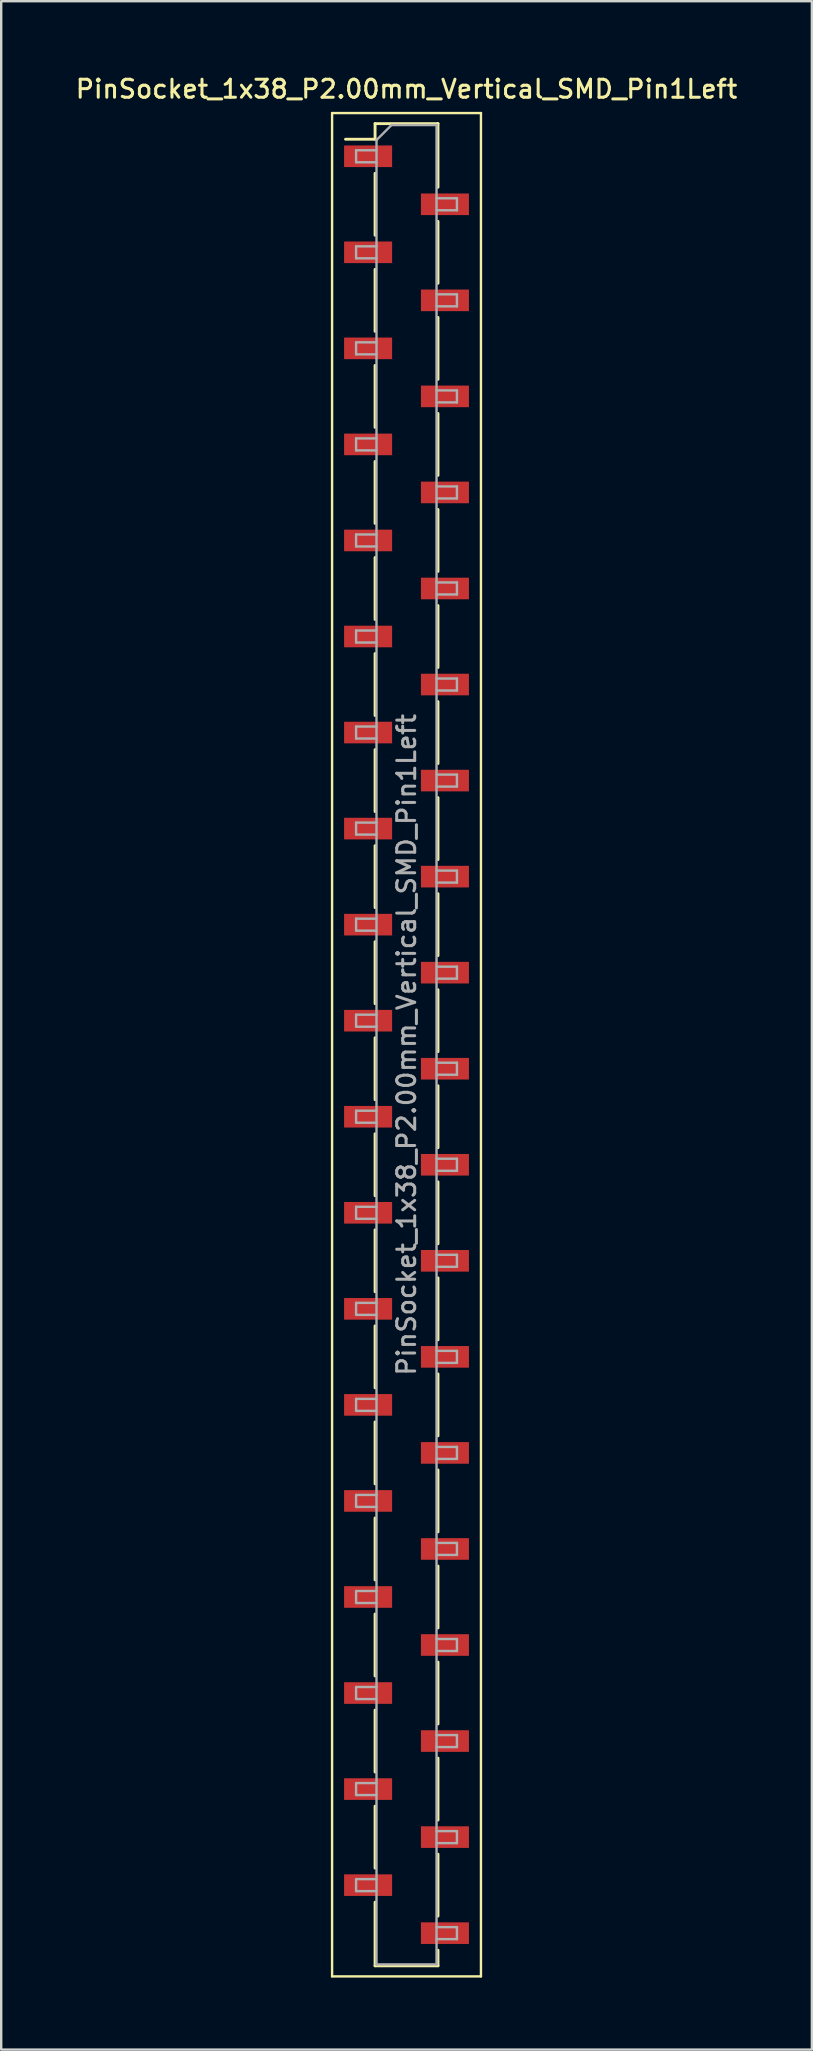
<source format=kicad_pcb>
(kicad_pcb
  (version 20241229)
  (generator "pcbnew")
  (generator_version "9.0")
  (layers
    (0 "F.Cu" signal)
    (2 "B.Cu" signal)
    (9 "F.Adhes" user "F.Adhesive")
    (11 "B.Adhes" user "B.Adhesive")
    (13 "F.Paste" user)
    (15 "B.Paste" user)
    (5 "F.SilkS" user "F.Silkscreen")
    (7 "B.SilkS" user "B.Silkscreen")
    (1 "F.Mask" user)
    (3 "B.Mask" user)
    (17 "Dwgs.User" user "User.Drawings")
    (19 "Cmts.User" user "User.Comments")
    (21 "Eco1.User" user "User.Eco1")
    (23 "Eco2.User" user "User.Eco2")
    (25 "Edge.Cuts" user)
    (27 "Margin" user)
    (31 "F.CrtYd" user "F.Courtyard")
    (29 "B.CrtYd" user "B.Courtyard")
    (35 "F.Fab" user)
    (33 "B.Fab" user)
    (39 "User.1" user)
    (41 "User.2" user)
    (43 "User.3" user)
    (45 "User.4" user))
  (footprint "PinSocket_1x38_P2.00mm_Vertical_SMD_Pin1Left"
    (layer "F.Cu")
    (at 13.88 40.458)
    (property "Reference" "PinSocket_1x38_P2.00mm_Vertical_SMD_Pin1Left" (at 0 -39.8 0) (layer "F.SilkS") (effects (font (size 0.75 0.75) (thickness 0.125))))
    (attr smd)
    (fp_line (start -3.1 -38.8) (end 3.1 -38.8) (stroke (width 0.1) (type solid)) (layer "F.SilkS"))
    (fp_line (start -3.1 38.8) (end -3.1 -38.8) (stroke (width 0.1) (type solid)) (layer "F.SilkS"))
    (fp_line (start -2.54 -37.71) (end -1.31 -37.71) (stroke (width 0.12) (type solid)) (layer "F.SilkS"))
    (fp_line (start -1.31 -38.36) (end -1.31 -37.71) (stroke (width 0.12) (type solid)) (layer "F.SilkS"))
    (fp_line (start -1.31 -38.36) (end 1.31 -38.36) (stroke (width 0.12) (type solid)) (layer "F.SilkS"))
    (fp_line (start -1.31 -36.29) (end -1.31 -33.71) (stroke (width 0.12) (type solid)) (layer "F.SilkS"))
    (fp_line (start -1.31 -32.29) (end -1.31 -29.71) (stroke (width 0.12) (type solid)) (layer "F.SilkS"))
    (fp_line (start -1.31 -28.29) (end -1.31 -25.71) (stroke (width 0.12) (type solid)) (layer "F.SilkS"))
    (fp_line (start -1.31 -24.29) (end -1.31 -21.71) (stroke (width 0.12) (type solid)) (layer "F.SilkS"))
    (fp_line (start -1.31 -20.29) (end -1.31 -17.71) (stroke (width 0.12) (type solid)) (layer "F.SilkS"))
    (fp_line (start -1.31 -16.29) (end -1.31 -13.71) (stroke (width 0.12) (type solid)) (layer "F.SilkS"))
    (fp_line (start -1.31 -12.29) (end -1.31 -9.71) (stroke (width 0.12) (type solid)) (layer "F.SilkS"))
    (fp_line (start -1.31 -8.29) (end -1.31 -5.71) (stroke (width 0.12) (type solid)) (layer "F.SilkS"))
    (fp_line (start -1.31 -4.29) (end -1.31 -1.71) (stroke (width 0.12) (type solid)) (layer "F.SilkS"))
    (fp_line (start -1.31 -0.29) (end -1.31 2.29) (stroke (width 0.12) (type solid)) (layer "F.SilkS"))
    (fp_line (start -1.31 3.71) (end -1.31 6.29) (stroke (width 0.12) (type solid)) (layer "F.SilkS"))
    (fp_line (start -1.31 7.71) (end -1.31 10.29) (stroke (width 0.12) (type solid)) (layer "F.SilkS"))
    (fp_line (start -1.31 11.71) (end -1.31 14.29) (stroke (width 0.12) (type solid)) (layer "F.SilkS"))
    (fp_line (start -1.31 15.71) (end -1.31 18.29) (stroke (width 0.12) (type solid)) (layer "F.SilkS"))
    (fp_line (start -1.31 19.71) (end -1.31 22.29) (stroke (width 0.12) (type solid)) (layer "F.SilkS"))
    (fp_line (start -1.31 23.71) (end -1.31 26.29) (stroke (width 0.12) (type solid)) (layer "F.SilkS"))
    (fp_line (start -1.31 27.71) (end -1.31 30.29) (stroke (width 0.12) (type solid)) (layer "F.SilkS"))
    (fp_line (start -1.31 31.71) (end -1.31 34.29) (stroke (width 0.12) (type solid)) (layer "F.SilkS"))
    (fp_line (start -1.31 35.71) (end -1.31 38.36) (stroke (width 0.12) (type solid)) (layer "F.SilkS"))
    (fp_line (start -1.31 38.36) (end 1.31 38.36) (stroke (width 0.12) (type solid)) (layer "F.SilkS"))
    (fp_line (start 1.31 -38.36) (end 1.31 -35.71) (stroke (width 0.12) (type solid)) (layer "F.SilkS"))
    (fp_line (start 1.31 -34.29) (end 1.31 -31.71) (stroke (width 0.12) (type solid)) (layer "F.SilkS"))
    (fp_line (start 1.31 -30.29) (end 1.31 -27.71) (stroke (width 0.12) (type solid)) (layer "F.SilkS"))
    (fp_line (start 1.31 -26.29) (end 1.31 -23.71) (stroke (width 0.12) (type solid)) (layer "F.SilkS"))
    (fp_line (start 1.31 -22.29) (end 1.31 -19.71) (stroke (width 0.12) (type solid)) (layer "F.SilkS"))
    (fp_line (start 1.31 -18.29) (end 1.31 -15.71) (stroke (width 0.12) (type solid)) (layer "F.SilkS"))
    (fp_line (start 1.31 -14.29) (end 1.31 -11.71) (stroke (width 0.12) (type solid)) (layer "F.SilkS"))
    (fp_line (start 1.31 -10.29) (end 1.31 -7.71) (stroke (width 0.12) (type solid)) (layer "F.SilkS"))
    (fp_line (start 1.31 -6.29) (end 1.31 -3.71) (stroke (width 0.12) (type solid)) (layer "F.SilkS"))
    (fp_line (start 1.31 -2.29) (end 1.31 0.29) (stroke (width 0.12) (type solid)) (layer "F.SilkS"))
    (fp_line (start 1.31 1.71) (end 1.31 4.29) (stroke (width 0.12) (type solid)) (layer "F.SilkS"))
    (fp_line (start 1.31 5.71) (end 1.31 8.29) (stroke (width 0.12) (type solid)) (layer "F.SilkS"))
    (fp_line (start 1.31 9.71) (end 1.31 12.29) (stroke (width 0.12) (type solid)) (layer "F.SilkS"))
    (fp_line (start 1.31 13.71) (end 1.31 16.29) (stroke (width 0.12) (type solid)) (layer "F.SilkS"))
    (fp_line (start 1.31 17.71) (end 1.31 20.29) (stroke (width 0.12) (type solid)) (layer "F.SilkS"))
    (fp_line (start 1.31 21.71) (end 1.31 24.29) (stroke (width 0.12) (type solid)) (layer "F.SilkS"))
    (fp_line (start 1.31 25.71) (end 1.31 28.29) (stroke (width 0.12) (type solid)) (layer "F.SilkS"))
    (fp_line (start 1.31 29.71) (end 1.31 32.29) (stroke (width 0.12) (type solid)) (layer "F.SilkS"))
    (fp_line (start 1.31 33.71) (end 1.31 36.29) (stroke (width 0.12) (type solid)) (layer "F.SilkS"))
    (fp_line (start 1.31 37.71) (end 1.31 38.36) (stroke (width 0.12) (type solid)) (layer "F.SilkS"))
    (fp_line (start 3.1 -38.8) (end 3.1 38.8) (stroke (width 0.1) (type solid)) (layer "F.SilkS"))
    (fp_line (start 3.1 38.8) (end -3.1 38.8) (stroke (width 0.1) (type solid)) (layer "F.SilkS"))
    (fp_line (start -2.1 -37.25) (end -1.25 -37.25) (stroke (width 0.1) (type solid)) (layer "F.Fab"))
    (fp_line (start -2.1 -36.75) (end -2.1 -37.25) (stroke (width 0.1) (type solid)) (layer "F.Fab"))
    (fp_line (start -2.1 -33.25) (end -1.25 -33.25) (stroke (width 0.1) (type solid)) (layer "F.Fab"))
    (fp_line (start -2.1 -32.75) (end -2.1 -33.25) (stroke (width 0.1) (type solid)) (layer "F.Fab"))
    (fp_line (start -2.1 -29.25) (end -1.25 -29.25) (stroke (width 0.1) (type solid)) (layer "F.Fab"))
    (fp_line (start -2.1 -28.75) (end -2.1 -29.25) (stroke (width 0.1) (type solid)) (layer "F.Fab"))
    (fp_line (start -2.1 -25.25) (end -1.25 -25.25) (stroke (width 0.1) (type solid)) (layer "F.Fab"))
    (fp_line (start -2.1 -24.75) (end -2.1 -25.25) (stroke (width 0.1) (type solid)) (layer "F.Fab"))
    (fp_line (start -2.1 -21.25) (end -1.25 -21.25) (stroke (width 0.1) (type solid)) (layer "F.Fab"))
    (fp_line (start -2.1 -20.75) (end -2.1 -21.25) (stroke (width 0.1) (type solid)) (layer "F.Fab"))
    (fp_line (start -2.1 -17.25) (end -1.25 -17.25) (stroke (width 0.1) (type solid)) (layer "F.Fab"))
    (fp_line (start -2.1 -16.75) (end -2.1 -17.25) (stroke (width 0.1) (type solid)) (layer "F.Fab"))
    (fp_line (start -2.1 -13.25) (end -1.25 -13.25) (stroke (width 0.1) (type solid)) (layer "F.Fab"))
    (fp_line (start -2.1 -12.75) (end -2.1 -13.25) (stroke (width 0.1) (type solid)) (layer "F.Fab"))
    (fp_line (start -2.1 -9.25) (end -1.25 -9.25) (stroke (width 0.1) (type solid)) (layer "F.Fab"))
    (fp_line (start -2.1 -8.75) (end -2.1 -9.25) (stroke (width 0.1) (type solid)) (layer "F.Fab"))
    (fp_line (start -2.1 -5.25) (end -1.25 -5.25) (stroke (width 0.1) (type solid)) (layer "F.Fab"))
    (fp_line (start -2.1 -4.75) (end -2.1 -5.25) (stroke (width 0.1) (type solid)) (layer "F.Fab"))
    (fp_line (start -2.1 -1.25) (end -1.25 -1.25) (stroke (width 0.1) (type solid)) (layer "F.Fab"))
    (fp_line (start -2.1 -0.75) (end -2.1 -1.25) (stroke (width 0.1) (type solid)) (layer "F.Fab"))
    (fp_line (start -2.1 2.75) (end -1.25 2.75) (stroke (width 0.1) (type solid)) (layer "F.Fab"))
    (fp_line (start -2.1 3.25) (end -2.1 2.75) (stroke (width 0.1) (type solid)) (layer "F.Fab"))
    (fp_line (start -2.1 6.75) (end -1.25 6.75) (stroke (width 0.1) (type solid)) (layer "F.Fab"))
    (fp_line (start -2.1 7.25) (end -2.1 6.75) (stroke (width 0.1) (type solid)) (layer "F.Fab"))
    (fp_line (start -2.1 10.75) (end -1.25 10.75) (stroke (width 0.1) (type solid)) (layer "F.Fab"))
    (fp_line (start -2.1 11.25) (end -2.1 10.75) (stroke (width 0.1) (type solid)) (layer "F.Fab"))
    (fp_line (start -2.1 14.75) (end -1.25 14.75) (stroke (width 0.1) (type solid)) (layer "F.Fab"))
    (fp_line (start -2.1 15.25) (end -2.1 14.75) (stroke (width 0.1) (type solid)) (layer "F.Fab"))
    (fp_line (start -2.1 18.75) (end -1.25 18.75) (stroke (width 0.1) (type solid)) (layer "F.Fab"))
    (fp_line (start -2.1 19.25) (end -2.1 18.75) (stroke (width 0.1) (type solid)) (layer "F.Fab"))
    (fp_line (start -2.1 22.75) (end -1.25 22.75) (stroke (width 0.1) (type solid)) (layer "F.Fab"))
    (fp_line (start -2.1 23.25) (end -2.1 22.75) (stroke (width 0.1) (type solid)) (layer "F.Fab"))
    (fp_line (start -2.1 26.75) (end -1.25 26.75) (stroke (width 0.1) (type solid)) (layer "F.Fab"))
    (fp_line (start -2.1 27.25) (end -2.1 26.75) (stroke (width 0.1) (type solid)) (layer "F.Fab"))
    (fp_line (start -2.1 30.75) (end -1.25 30.75) (stroke (width 0.1) (type solid)) (layer "F.Fab"))
    (fp_line (start -2.1 31.25) (end -2.1 30.75) (stroke (width 0.1) (type solid)) (layer "F.Fab"))
    (fp_line (start -2.1 34.75) (end -1.25 34.75) (stroke (width 0.1) (type solid)) (layer "F.Fab"))
    (fp_line (start -2.1 35.25) (end -2.1 34.75) (stroke (width 0.1) (type solid)) (layer "F.Fab"))
    (fp_line (start -1.25 -37.675) (end -0.625 -38.3) (stroke (width 0.1) (type solid)) (layer "F.Fab"))
    (fp_line (start -1.25 -36.75) (end -2.1 -36.75) (stroke (width 0.1) (type solid)) (layer "F.Fab"))
    (fp_line (start -1.25 -32.75) (end -2.1 -32.75) (stroke (width 0.1) (type solid)) (layer "F.Fab"))
    (fp_line (start -1.25 -28.75) (end -2.1 -28.75) (stroke (width 0.1) (type solid)) (layer "F.Fab"))
    (fp_line (start -1.25 -24.75) (end -2.1 -24.75) (stroke (width 0.1) (type solid)) (layer "F.Fab"))
    (fp_line (start -1.25 -20.75) (end -2.1 -20.75) (stroke (width 0.1) (type solid)) (layer "F.Fab"))
    (fp_line (start -1.25 -16.75) (end -2.1 -16.75) (stroke (width 0.1) (type solid)) (layer "F.Fab"))
    (fp_line (start -1.25 -12.75) (end -2.1 -12.75) (stroke (width 0.1) (type solid)) (layer "F.Fab"))
    (fp_line (start -1.25 -8.75) (end -2.1 -8.75) (stroke (width 0.1) (type solid)) (layer "F.Fab"))
    (fp_line (start -1.25 -4.75) (end -2.1 -4.75) (stroke (width 0.1) (type solid)) (layer "F.Fab"))
    (fp_line (start -1.25 -0.75) (end -2.1 -0.75) (stroke (width 0.1) (type solid)) (layer "F.Fab"))
    (fp_line (start -1.25 3.25) (end -2.1 3.25) (stroke (width 0.1) (type solid)) (layer "F.Fab"))
    (fp_line (start -1.25 7.25) (end -2.1 7.25) (stroke (width 0.1) (type solid)) (layer "F.Fab"))
    (fp_line (start -1.25 11.25) (end -2.1 11.25) (stroke (width 0.1) (type solid)) (layer "F.Fab"))
    (fp_line (start -1.25 15.25) (end -2.1 15.25) (stroke (width 0.1) (type solid)) (layer "F.Fab"))
    (fp_line (start -1.25 19.25) (end -2.1 19.25) (stroke (width 0.1) (type solid)) (layer "F.Fab"))
    (fp_line (start -1.25 23.25) (end -2.1 23.25) (stroke (width 0.1) (type solid)) (layer "F.Fab"))
    (fp_line (start -1.25 27.25) (end -2.1 27.25) (stroke (width 0.1) (type solid)) (layer "F.Fab"))
    (fp_line (start -1.25 31.25) (end -2.1 31.25) (stroke (width 0.1) (type solid)) (layer "F.Fab"))
    (fp_line (start -1.25 35.25) (end -2.1 35.25) (stroke (width 0.1) (type solid)) (layer "F.Fab"))
    (fp_line (start -1.25 38.3) (end -1.25 -37.675) (stroke (width 0.1) (type solid)) (layer "F.Fab"))
    (fp_line (start -0.625 -38.3) (end 1.25 -38.3) (stroke (width 0.1) (type solid)) (layer "F.Fab"))
    (fp_line (start 1.25 -38.3) (end 1.25 38.3) (stroke (width 0.1) (type solid)) (layer "F.Fab"))
    (fp_line (start 1.25 -35.25) (end 2.1 -35.25) (stroke (width 0.1) (type solid)) (layer "F.Fab"))
    (fp_line (start 1.25 -31.25) (end 2.1 -31.25) (stroke (width 0.1) (type solid)) (layer "F.Fab"))
    (fp_line (start 1.25 -27.25) (end 2.1 -27.25) (stroke (width 0.1) (type solid)) (layer "F.Fab"))
    (fp_line (start 1.25 -23.25) (end 2.1 -23.25) (stroke (width 0.1) (type solid)) (layer "F.Fab"))
    (fp_line (start 1.25 -19.25) (end 2.1 -19.25) (stroke (width 0.1) (type solid)) (layer "F.Fab"))
    (fp_line (start 1.25 -15.25) (end 2.1 -15.25) (stroke (width 0.1) (type solid)) (layer "F.Fab"))
    (fp_line (start 1.25 -11.25) (end 2.1 -11.25) (stroke (width 0.1) (type solid)) (layer "F.Fab"))
    (fp_line (start 1.25 -7.25) (end 2.1 -7.25) (stroke (width 0.1) (type solid)) (layer "F.Fab"))
    (fp_line (start 1.25 -3.25) (end 2.1 -3.25) (stroke (width 0.1) (type solid)) (layer "F.Fab"))
    (fp_line (start 1.25 0.75) (end 2.1 0.75) (stroke (width 0.1) (type solid)) (layer "F.Fab"))
    (fp_line (start 1.25 4.75) (end 2.1 4.75) (stroke (width 0.1) (type solid)) (layer "F.Fab"))
    (fp_line (start 1.25 8.75) (end 2.1 8.75) (stroke (width 0.1) (type solid)) (layer "F.Fab"))
    (fp_line (start 1.25 12.75) (end 2.1 12.75) (stroke (width 0.1) (type solid)) (layer "F.Fab"))
    (fp_line (start 1.25 16.75) (end 2.1 16.75) (stroke (width 0.1) (type solid)) (layer "F.Fab"))
    (fp_line (start 1.25 20.75) (end 2.1 20.75) (stroke (width 0.1) (type solid)) (layer "F.Fab"))
    (fp_line (start 1.25 24.75) (end 2.1 24.75) (stroke (width 0.1) (type solid)) (layer "F.Fab"))
    (fp_line (start 1.25 28.75) (end 2.1 28.75) (stroke (width 0.1) (type solid)) (layer "F.Fab"))
    (fp_line (start 1.25 32.75) (end 2.1 32.75) (stroke (width 0.1) (type solid)) (layer "F.Fab"))
    (fp_line (start 1.25 36.75) (end 2.1 36.75) (stroke (width 0.1) (type solid)) (layer "F.Fab"))
    (fp_line (start 1.25 38.3) (end -1.25 38.3) (stroke (width 0.1) (type solid)) (layer "F.Fab"))
    (fp_line (start 2.1 -35.25) (end 2.1 -34.75) (stroke (width 0.1) (type solid)) (layer "F.Fab"))
    (fp_line (start 2.1 -34.75) (end 1.25 -34.75) (stroke (width 0.1) (type solid)) (layer "F.Fab"))
    (fp_line (start 2.1 -31.25) (end 2.1 -30.75) (stroke (width 0.1) (type solid)) (layer "F.Fab"))
    (fp_line (start 2.1 -30.75) (end 1.25 -30.75) (stroke (width 0.1) (type solid)) (layer "F.Fab"))
    (fp_line (start 2.1 -27.25) (end 2.1 -26.75) (stroke (width 0.1) (type solid)) (layer "F.Fab"))
    (fp_line (start 2.1 -26.75) (end 1.25 -26.75) (stroke (width 0.1) (type solid)) (layer "F.Fab"))
    (fp_line (start 2.1 -23.25) (end 2.1 -22.75) (stroke (width 0.1) (type solid)) (layer "F.Fab"))
    (fp_line (start 2.1 -22.75) (end 1.25 -22.75) (stroke (width 0.1) (type solid)) (layer "F.Fab"))
    (fp_line (start 2.1 -19.25) (end 2.1 -18.75) (stroke (width 0.1) (type solid)) (layer "F.Fab"))
    (fp_line (start 2.1 -18.75) (end 1.25 -18.75) (stroke (width 0.1) (type solid)) (layer "F.Fab"))
    (fp_line (start 2.1 -15.25) (end 2.1 -14.75) (stroke (width 0.1) (type solid)) (layer "F.Fab"))
    (fp_line (start 2.1 -14.75) (end 1.25 -14.75) (stroke (width 0.1) (type solid)) (layer "F.Fab"))
    (fp_line (start 2.1 -11.25) (end 2.1 -10.75) (stroke (width 0.1) (type solid)) (layer "F.Fab"))
    (fp_line (start 2.1 -10.75) (end 1.25 -10.75) (stroke (width 0.1) (type solid)) (layer "F.Fab"))
    (fp_line (start 2.1 -7.25) (end 2.1 -6.75) (stroke (width 0.1) (type solid)) (layer "F.Fab"))
    (fp_line (start 2.1 -6.75) (end 1.25 -6.75) (stroke (width 0.1) (type solid)) (layer "F.Fab"))
    (fp_line (start 2.1 -3.25) (end 2.1 -2.75) (stroke (width 0.1) (type solid)) (layer "F.Fab"))
    (fp_line (start 2.1 -2.75) (end 1.25 -2.75) (stroke (width 0.1) (type solid)) (layer "F.Fab"))
    (fp_line (start 2.1 0.75) (end 2.1 1.25) (stroke (width 0.1) (type solid)) (layer "F.Fab"))
    (fp_line (start 2.1 1.25) (end 1.25 1.25) (stroke (width 0.1) (type solid)) (layer "F.Fab"))
    (fp_line (start 2.1 4.75) (end 2.1 5.25) (stroke (width 0.1) (type solid)) (layer "F.Fab"))
    (fp_line (start 2.1 5.25) (end 1.25 5.25) (stroke (width 0.1) (type solid)) (layer "F.Fab"))
    (fp_line (start 2.1 8.75) (end 2.1 9.25) (stroke (width 0.1) (type solid)) (layer "F.Fab"))
    (fp_line (start 2.1 9.25) (end 1.25 9.25) (stroke (width 0.1) (type solid)) (layer "F.Fab"))
    (fp_line (start 2.1 12.75) (end 2.1 13.25) (stroke (width 0.1) (type solid)) (layer "F.Fab"))
    (fp_line (start 2.1 13.25) (end 1.25 13.25) (stroke (width 0.1) (type solid)) (layer "F.Fab"))
    (fp_line (start 2.1 16.75) (end 2.1 17.25) (stroke (width 0.1) (type solid)) (layer "F.Fab"))
    (fp_line (start 2.1 17.25) (end 1.25 17.25) (stroke (width 0.1) (type solid)) (layer "F.Fab"))
    (fp_line (start 2.1 20.75) (end 2.1 21.25) (stroke (width 0.1) (type solid)) (layer "F.Fab"))
    (fp_line (start 2.1 21.25) (end 1.25 21.25) (stroke (width 0.1) (type solid)) (layer "F.Fab"))
    (fp_line (start 2.1 24.75) (end 2.1 25.25) (stroke (width 0.1) (type solid)) (layer "F.Fab"))
    (fp_line (start 2.1 25.25) (end 1.25 25.25) (stroke (width 0.1) (type solid)) (layer "F.Fab"))
    (fp_line (start 2.1 28.75) (end 2.1 29.25) (stroke (width 0.1) (type solid)) (layer "F.Fab"))
    (fp_line (start 2.1 29.25) (end 1.25 29.25) (stroke (width 0.1) (type solid)) (layer "F.Fab"))
    (fp_line (start 2.1 32.75) (end 2.1 33.25) (stroke (width 0.1) (type solid)) (layer "F.Fab"))
    (fp_line (start 2.1 33.25) (end 1.25 33.25) (stroke (width 0.1) (type solid)) (layer "F.Fab"))
    (fp_line (start 2.1 36.75) (end 2.1 37.25) (stroke (width 0.1) (type solid)) (layer "F.Fab"))
    (fp_line (start 2.1 37.25) (end 1.25 37.25) (stroke (width 0.1) (type solid)) (layer "F.Fab"))
    (fp_text user "${REFERENCE}" (at 0 0 90) (layer "F.Fab") (effects (font (size 0.75 0.75) (thickness 0.125))))
    (pad "1" smd rect (at -1.6 -37) (size 2 0.9) (layers "F.Cu" "F.Mask" "F.Paste"))
    (pad "2" smd rect (at 1.6 -35) (size 2 0.9) (layers "F.Cu" "F.Mask" "F.Paste"))
    (pad "3" smd rect (at -1.6 -33) (size 2 0.9) (layers "F.Cu" "F.Mask" "F.Paste"))
    (pad "4" smd rect (at 1.6 -31) (size 2 0.9) (layers "F.Cu" "F.Mask" "F.Paste"))
    (pad "5" smd rect (at -1.6 -29) (size 2 0.9) (layers "F.Cu" "F.Mask" "F.Paste"))
    (pad "6" smd rect (at 1.6 -27) (size 2 0.9) (layers "F.Cu" "F.Mask" "F.Paste"))
    (pad "7" smd rect (at -1.6 -25) (size 2 0.9) (layers "F.Cu" "F.Mask" "F.Paste"))
    (pad "8" smd rect (at 1.6 -23) (size 2 0.9) (layers "F.Cu" "F.Mask" "F.Paste"))
    (pad "9" smd rect (at -1.6 -21) (size 2 0.9) (layers "F.Cu" "F.Mask" "F.Paste"))
    (pad "10" smd rect (at 1.6 -19) (size 2 0.9) (layers "F.Cu" "F.Mask" "F.Paste"))
    (pad "11" smd rect (at -1.6 -17) (size 2 0.9) (layers "F.Cu" "F.Mask" "F.Paste"))
    (pad "12" smd rect (at 1.6 -15) (size 2 0.9) (layers "F.Cu" "F.Mask" "F.Paste"))
    (pad "13" smd rect (at -1.6 -13) (size 2 0.9) (layers "F.Cu" "F.Mask" "F.Paste"))
    (pad "14" smd rect (at 1.6 -11) (size 2 0.9) (layers "F.Cu" "F.Mask" "F.Paste"))
    (pad "15" smd rect (at -1.6 -9) (size 2 0.9) (layers "F.Cu" "F.Mask" "F.Paste"))
    (pad "16" smd rect (at 1.6 -7) (size 2 0.9) (layers "F.Cu" "F.Mask" "F.Paste"))
    (pad "17" smd rect (at -1.6 -5) (size 2 0.9) (layers "F.Cu" "F.Mask" "F.Paste"))
    (pad "18" smd rect (at 1.6 -3) (size 2 0.9) (layers "F.Cu" "F.Mask" "F.Paste"))
    (pad "19" smd rect (at -1.6 -1) (size 2 0.9) (layers "F.Cu" "F.Mask" "F.Paste"))
    (pad "20" smd rect (at 1.6 1) (size 2 0.9) (layers "F.Cu" "F.Mask" "F.Paste"))
    (pad "21" smd rect (at -1.6 3) (size 2 0.9) (layers "F.Cu" "F.Mask" "F.Paste"))
    (pad "22" smd rect (at 1.6 5) (size 2 0.9) (layers "F.Cu" "F.Mask" "F.Paste"))
    (pad "23" smd rect (at -1.6 7) (size 2 0.9) (layers "F.Cu" "F.Mask" "F.Paste"))
    (pad "24" smd rect (at 1.6 9) (size 2 0.9) (layers "F.Cu" "F.Mask" "F.Paste"))
    (pad "25" smd rect (at -1.6 11) (size 2 0.9) (layers "F.Cu" "F.Mask" "F.Paste"))
    (pad "26" smd rect (at 1.6 13) (size 2 0.9) (layers "F.Cu" "F.Mask" "F.Paste"))
    (pad "27" smd rect (at -1.6 15) (size 2 0.9) (layers "F.Cu" "F.Mask" "F.Paste"))
    (pad "28" smd rect (at 1.6 17) (size 2 0.9) (layers "F.Cu" "F.Mask" "F.Paste"))
    (pad "29" smd rect (at -1.6 19) (size 2 0.9) (layers "F.Cu" "F.Mask" "F.Paste"))
    (pad "30" smd rect (at 1.6 21) (size 2 0.9) (layers "F.Cu" "F.Mask" "F.Paste"))
    (pad "31" smd rect (at -1.6 23) (size 2 0.9) (layers "F.Cu" "F.Mask" "F.Paste"))
    (pad "32" smd rect (at 1.6 25) (size 2 0.9) (layers "F.Cu" "F.Mask" "F.Paste"))
    (pad "33" smd rect (at -1.6 27) (size 2 0.9) (layers "F.Cu" "F.Mask" "F.Paste"))
    (pad "34" smd rect (at 1.6 29) (size 2 0.9) (layers "F.Cu" "F.Mask" "F.Paste"))
    (pad "35" smd rect (at -1.6 31) (size 2 0.9) (layers "F.Cu" "F.Mask" "F.Paste"))
    (pad "36" smd rect (at 1.6 33) (size 2 0.9) (layers "F.Cu" "F.Mask" "F.Paste"))
    (pad "37" smd rect (at -1.6 35) (size 2 0.9) (layers "F.Cu" "F.Mask" "F.Paste"))
    (pad "38" smd rect (at 1.6 37) (size 2 0.9) (layers "F.Cu" "F.Mask" "F.Paste")))
  (gr_rect
    (start -3 -3)
    (end 30.761 82.308)
    (stroke (width 0.1) (type default))
    (fill no)
    (layer "Edge.Cuts")))
</source>
